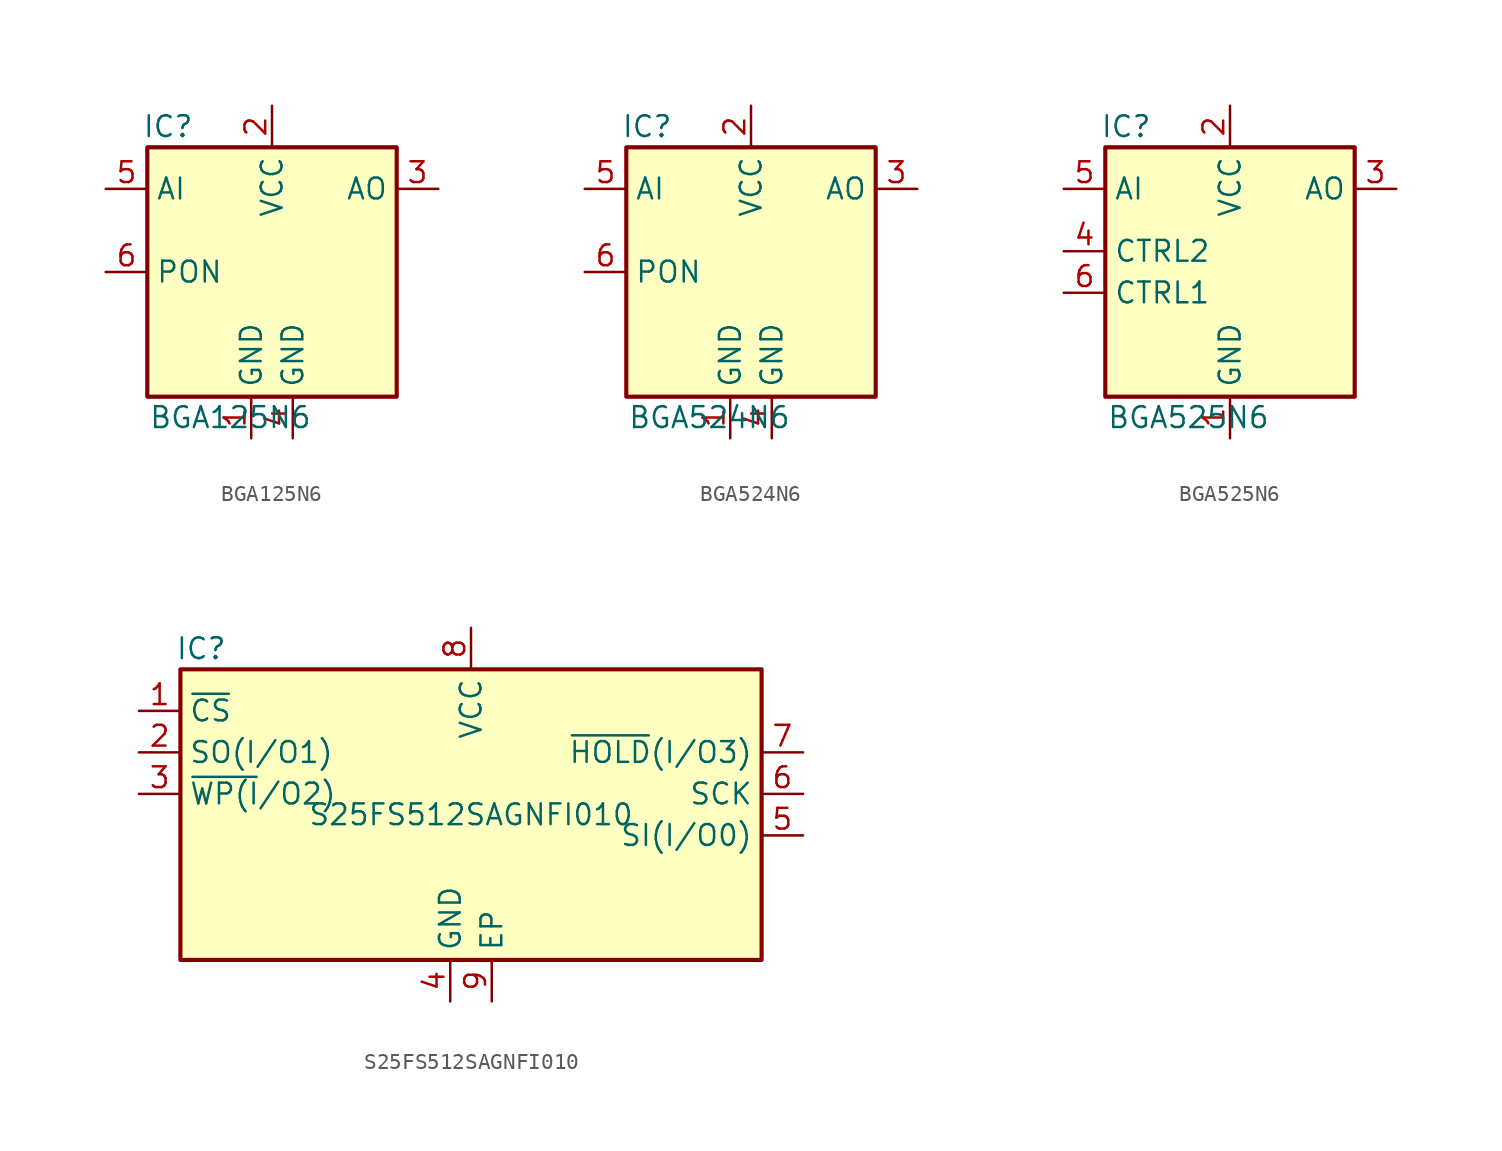
<source format=kicad_sym>
(kicad_symbol_lib
  (version 20220914)
  (generator kicad_symbol_editor)
  (symbol "BGA125N6"
    (property "Reference" "IC"
      (at -6.35 8.89 0)
      (effects (font (size 1.27 1.27))))
    (property "Value" "BGA125N6"
      (at -2.54 -8.89 0)
      (effects (font (size 1.27 1.27))))
    (symbol "BGA125N6_1_1"
      (rectangle (start -7.62 7.62) (end 7.62 -7.62) (stroke (width 0.254) (type default)) (fill (type background)))
      (pin passive line (at -1.27 -10.16 90) (length 2.54) (name "GND" (effects (font (size 1.27 1.27)))) (number "1" (effects (font (size 1.27 1.27)))))
      (pin passive line (at 0 10.16 270) (length 2.54) (name "VCC" (effects (font (size 1.27 1.27)))) (number "2" (effects (font (size 1.27 1.27)))))
      (pin output line (at 10.16 5.08 180) (length 2.54) (name "AO" (effects (font (size 1.27 1.27)))) (number "3" (effects (font (size 1.27 1.27)))))
      (pin passive line (at 1.27 -10.16 90) (length 2.54) (name "GND" (effects (font (size 1.27 1.27)))) (number "4" (effects (font (size 1.27 1.27)))))
      (pin input line (at -10.16 5.08 0) (length 2.54) (name "AI" (effects (font (size 1.27 1.27)))) (number "5" (effects (font (size 1.27 1.27)))))
      (pin input line (at -10.16 0 0) (length 2.54) (name "PON" (effects (font (size 1.27 1.27)))) (number "6" (effects (font (size 1.27 1.27)))))))
  (symbol "BGA524N6"
    (property "Reference" "IC"
      (at -6.35 8.89 0)
      (effects (font (size 1.27 1.27))))
    (property "Value" "BGA524N6"
      (at -2.54 -8.89 0)
      (effects (font (size 1.27 1.27))))
    (symbol "BGA524N6_1_1"
      (rectangle (start -7.62 7.62) (end 7.62 -7.62) (stroke (width 0.254) (type default)) (fill (type background)))
      (pin passive line (at -1.27 -10.16 90) (length 2.54) (name "GND" (effects (font (size 1.27 1.27)))) (number "1" (effects (font (size 1.27 1.27)))))
      (pin passive line (at 0 10.16 270) (length 2.54) (name "VCC" (effects (font (size 1.27 1.27)))) (number "2" (effects (font (size 1.27 1.27)))))
      (pin output line (at 10.16 5.08 180) (length 2.54) (name "AO" (effects (font (size 1.27 1.27)))) (number "3" (effects (font (size 1.27 1.27)))))
      (pin passive line (at 1.27 -10.16 90) (length 2.54) (name "GND" (effects (font (size 1.27 1.27)))) (number "4" (effects (font (size 1.27 1.27)))))
      (pin input line (at -10.16 5.08 0) (length 2.54) (name "AI" (effects (font (size 1.27 1.27)))) (number "5" (effects (font (size 1.27 1.27)))))
      (pin input line (at -10.16 0 0) (length 2.54) (name "PON" (effects (font (size 1.27 1.27)))) (number "6" (effects (font (size 1.27 1.27)))))))
  (symbol "BGA525N6"
    (property "Reference" "IC"
      (at -6.35 8.89 0)
      (effects (font (size 1.27 1.27))))
    (property "Value" "BGA525N6"
      (at -2.54 -8.89 0)
      (effects (font (size 1.27 1.27))))
    (symbol "BGA525N6_1_1"
      (rectangle (start -7.62 7.62) (end 7.62 -7.62) (stroke (width 0.254) (type default)) (fill (type background)))
      (pin passive line (at 0 -10.16 90) (length 2.54) (name "GND" (effects (font (size 1.27 1.27)))) (number "1" (effects (font (size 1.27 1.27)))))
      (pin passive line (at 0 10.16 270) (length 2.54) (name "VCC" (effects (font (size 1.27 1.27)))) (number "2" (effects (font (size 1.27 1.27)))))
      (pin output line (at 10.16 5.08 180) (length 2.54) (name "AO" (effects (font (size 1.27 1.27)))) (number "3" (effects (font (size 1.27 1.27)))))
      (pin input line (at -10.16 1.27 0) (length 2.54) (name "CTRL2" (effects (font (size 1.27 1.27)))) (number "4" (effects (font (size 1.27 1.27)))))
      (pin input line (at -10.16 5.08 0) (length 2.54) (name "AI" (effects (font (size 1.27 1.27)))) (number "5" (effects (font (size 1.27 1.27)))))
      (pin input line (at -10.16 -1.27 0) (length 2.54) (name "CTRL1" (effects (font (size 1.27 1.27)))) (number "6" (effects (font (size 1.27 1.27)))))))
  (symbol "S25FS512SAGNFI010"
    (property "Reference" "IC"
      (at -16.51 10.16 0)
      (effects (font (size 1.27 1.27))))
    (property "Value" "S25FS512SAGNFI010"
      (at 0 0 0)
      (effects (font (size 1.27 1.27))))
    (symbol "S25FS512SAGNFI010_1_1"
      (rectangle (start -17.78 8.89) (end 17.78 -8.89) (stroke (width 0.254) (type default)) (fill (type background)))
      (pin passive line (at -20.32 6.35 0) (length 2.54) (name "~{CS}" (effects (font (size 1.27 1.27)))) (number "1" (effects (font (size 1.27 1.27)))))
      (pin passive line (at -20.32 3.81 0) (length 2.54) (name "SO(I/O1)" (effects (font (size 1.27 1.27)))) (number "2" (effects (font (size 1.27 1.27)))))
      (pin passive line (at -20.32 1.27 0) (length 2.54) (name "~{WP(I}/O2)" (effects (font (size 1.27 1.27)))) (number "3" (effects (font (size 1.27 1.27)))))
      (pin passive line (at -1.27 -11.43 90) (length 2.54) (name "GND" (effects (font (size 1.27 1.27)))) (number "4" (effects (font (size 1.27 1.27)))))
      (pin passive line (at 20.32 -1.27 180) (length 2.54) (name "SI(I/O0)" (effects (font (size 1.27 1.27)))) (number "5" (effects (font (size 1.27 1.27)))))
      (pin input line (at 20.32 1.27 180) (length 2.54) (name "SCK" (effects (font (size 1.27 1.27)))) (number "6" (effects (font (size 1.27 1.27)))))
      (pin passive line (at 20.32 3.81 180) (length 2.54) (name "~{HOLD}(I/O3)" (effects (font (size 1.27 1.27)))) (number "7" (effects (font (size 1.27 1.27)))))
      (pin power_in line (at 0 11.43 270) (length 2.54) (name "VCC" (effects (font (size 1.27 1.27)))) (number "8" (effects (font (size 1.27 1.27)))))
      (pin passive line (at 1.27 -11.43 90) (length 2.54) (name "EP" (effects (font (size 1.27 1.27)))) (number "9" (effects (font (size 1.27 1.27))))))))
</source>
